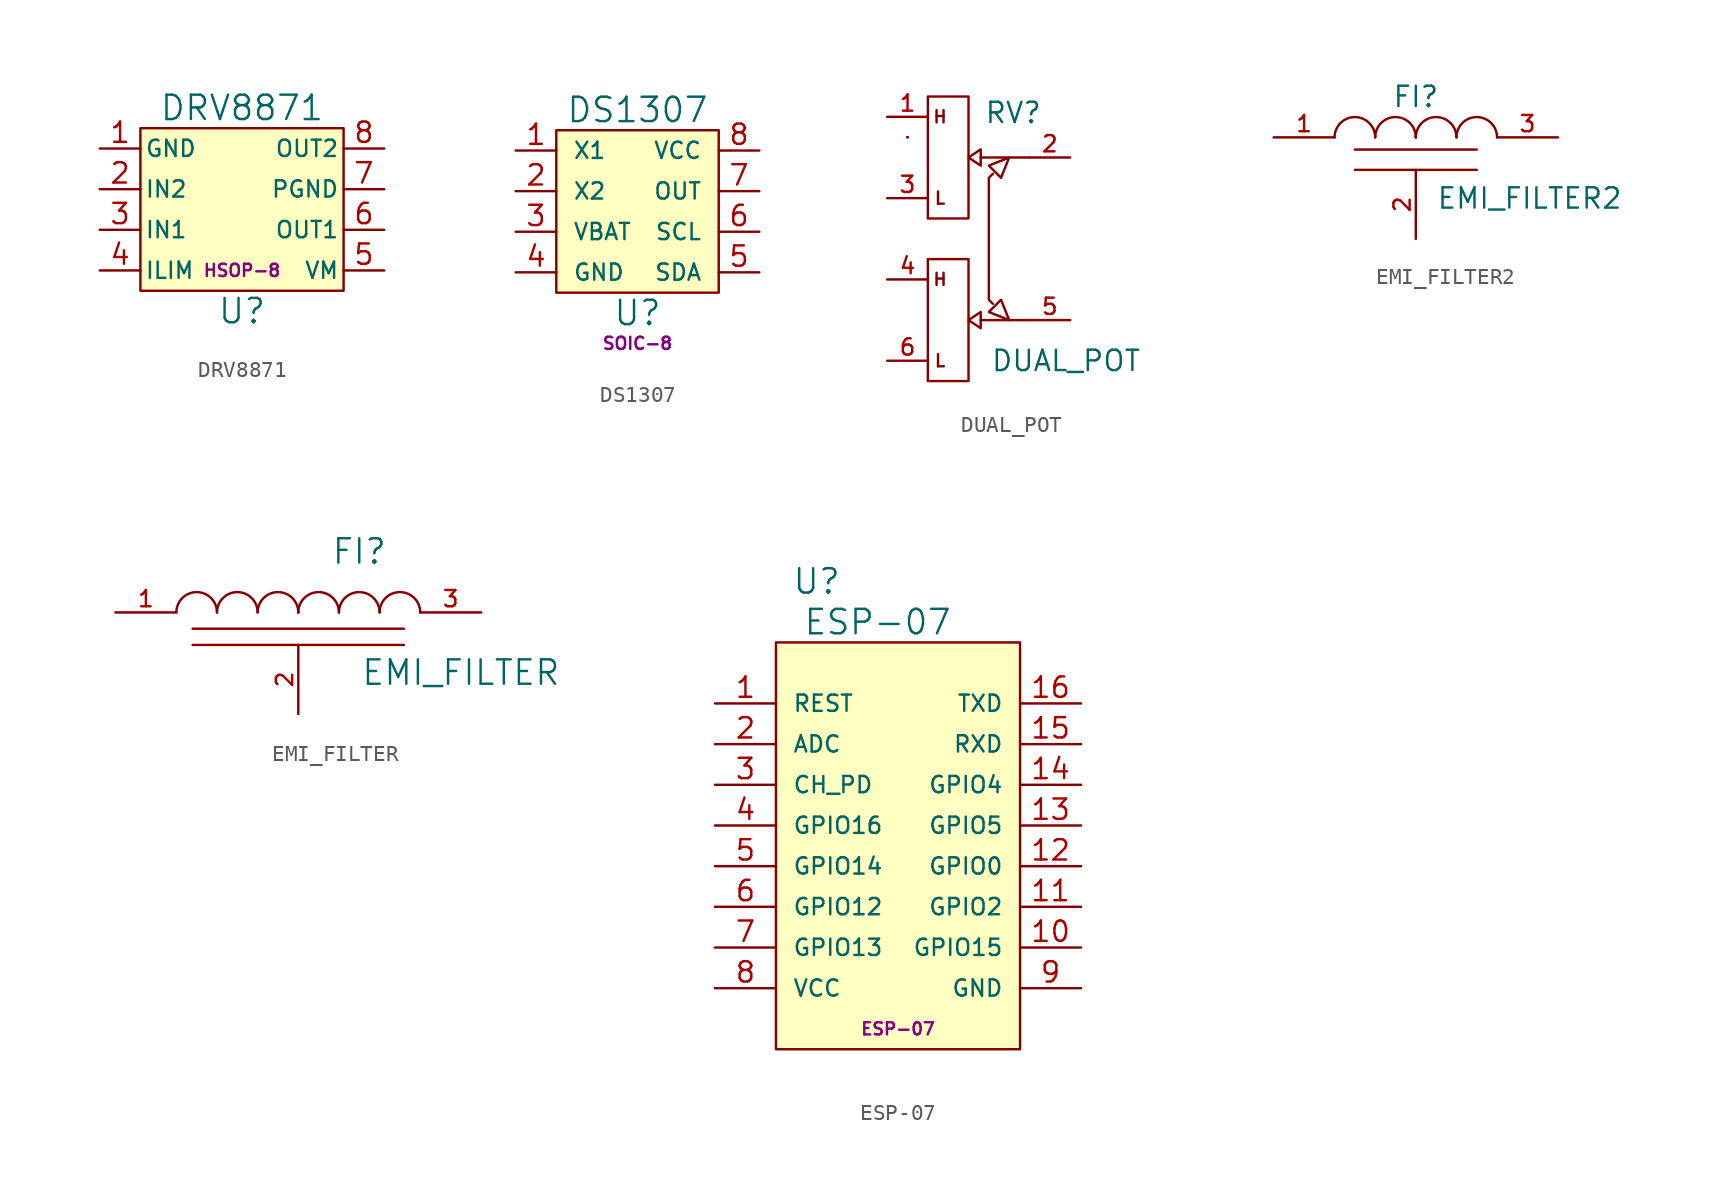
<source format=kicad_sym>
(kicad_symbol_lib
  (version 20220914)
  (generator kicad_symbol_editor)
  (symbol "DRV8871"
    (pin_names
      (offset 0.254))
    (property "Reference" "U"
      (at 0 -6.35 0)
      (effects (font (size 1.524 1.524))))
    (property "Value" "DRV8871"
      (at 0 6.35 0)
      (effects (font (size 1.524 1.524))))
    (property "Footprint" "HSOP-8"
      (at 0 -3.81 0)
      (effects (font (size 0.762 0.762))))
    (property "Datasheet" ""
      (at 0 0 0)
      (effects (font (size 1.524 1.524))))
    (symbol "DRV8871_0_1"
      (rectangle (start -6.35 5.08) (end 6.35 -5.08) (stroke (width 0) (type default)) (fill (type background))))
    (symbol "DRV8871_1_1"
      (pin bidirectional line (at -8.89 3.81 0) (length 2.54) (name "GND" (effects (font (size 1.016 1.016)))) (number "1" (effects (font (size 1.27 1.27)))))
      (pin bidirectional line (at -8.89 1.27 0) (length 2.54) (name "IN2" (effects (font (size 1.016 1.016)))) (number "2" (effects (font (size 1.27 1.27)))))
      (pin bidirectional line (at -8.89 -1.27 0) (length 2.54) (name "IN1" (effects (font (size 1.016 1.016)))) (number "3" (effects (font (size 1.27 1.27)))))
      (pin bidirectional line (at -8.89 -3.81 0) (length 2.54) (name "ILIM" (effects (font (size 1.016 1.016)))) (number "4" (effects (font (size 1.27 1.27)))))
      (pin bidirectional line (at 8.89 -3.81 180) (length 2.54) (name "VM" (effects (font (size 1.016 1.016)))) (number "5" (effects (font (size 1.27 1.27)))))
      (pin bidirectional line (at 8.89 -1.27 180) (length 2.54) (name "OUT1" (effects (font (size 1.016 1.016)))) (number "6" (effects (font (size 1.27 1.27)))))
      (pin bidirectional line (at 8.89 1.27 180) (length 2.54) (name "PGND" (effects (font (size 1.016 1.016)))) (number "7" (effects (font (size 1.27 1.27)))))
      (pin bidirectional line (at 8.89 3.81 180) (length 2.54) (name "OUT2" (effects (font (size 1.016 1.016)))) (number "8" (effects (font (size 1.27 1.27)))))))
  (symbol "DS1307"
    (pin_names
      (offset 1.016))
    (property "Reference" "U"
      (at 0 -6.35 0)
      (effects (font (size 1.524 1.524))))
    (property "Value" "DS1307"
      (at 0 6.35 0)
      (effects (font (size 1.524 1.524))))
    (property "Footprint" "SOIC-8"
      (at 0 -8.255 0)
      (effects (font (size 0.762 0.762))))
    (property "Datasheet" ""
      (at 0 0 0)
      (effects (font (size 1.524 1.524))))
    (symbol "DS1307_0_1"
      (rectangle (start -5.08 5.08) (end 5.08 -5.08) (stroke (width 0) (type default)) (fill (type background))))
    (symbol "DS1307_1_1"
      (pin bidirectional line (at -7.62 3.81 0) (length 2.54) (name "X1" (effects (font (size 1.016 1.016)))) (number "1" (effects (font (size 1.27 1.27)))))
      (pin bidirectional line (at -7.62 1.27 0) (length 2.54) (name "X2" (effects (font (size 1.016 1.016)))) (number "2" (effects (font (size 1.27 1.27)))))
      (pin bidirectional line (at -7.62 -1.27 0) (length 2.54) (name "VBAT" (effects (font (size 1.016 1.016)))) (number "3" (effects (font (size 1.27 1.27)))))
      (pin bidirectional line (at -7.62 -3.81 0) (length 2.54) (name "GND" (effects (font (size 1.016 1.016)))) (number "4" (effects (font (size 1.27 1.27)))))
      (pin bidirectional line (at 7.62 -3.81 180) (length 2.54) (name "SDA" (effects (font (size 1.016 1.016)))) (number "5" (effects (font (size 1.27 1.27)))))
      (pin bidirectional line (at 7.62 -1.27 180) (length 2.54) (name "SCL" (effects (font (size 1.016 1.016)))) (number "6" (effects (font (size 1.27 1.27)))))
      (pin bidirectional line (at 7.62 1.27 180) (length 2.54) (name "OUT" (effects (font (size 1.016 1.016)))) (number "7" (effects (font (size 1.27 1.27)))))
      (pin bidirectional line (at 7.62 3.81 180) (length 2.54) (name "VCC" (effects (font (size 1.016 1.016)))) (number "8" (effects (font (size 1.27 1.27)))))))
  (symbol "DUAL_POT"
    (pin_names
      (offset 1.016) hide)
    (property "Reference" "RV"
      (at 4.064 7.874 0)
      (effects (font (size 1.27 1.27))))
    (property "Value" "DUAL_POT"
      (at 7.366 -7.62 0)
      (effects (font (size 1.27 1.27))))
    (property "Footprint" ""
      (at 0 0 0)
      (effects (font (size 1.524 1.524))))
    (property "Datasheet" ""
      (at 0 0 0)
      (effects (font (size 1.524 1.524))))
    (symbol "DUAL_POT_0_0"
      (text "H" (at -0.508 -2.54 0) (effects (font (size 0.762 0.762))))
      (text "H" (at -0.508 7.62 0) (effects (font (size 0.762 0.762))))
      (text "L" (at -0.508 -7.62 0) (effects (font (size 0.762 0.762))))
      (text "L" (at -0.508 2.54 0) (effects (font (size 0.762 0.762)))))
    (symbol "DUAL_POT_0_1"
      (rectangle (start -2.54 6.35) (end -2.54 6.35) (stroke (width 0) (type default)) (fill (type none)))
      (rectangle (start -2.54 6.35) (end -2.54 6.35) (stroke (width 0) (type default)) (fill (type none)))
      (rectangle (start -2.54 6.35) (end -2.54 6.35) (stroke (width 0) (type default)) (fill (type none)))
      (rectangle (start -2.54 6.35) (end -2.54 6.35) (stroke (width 0) (type default)) (fill (type none)))
      (rectangle (start -1.27 -1.27) (end 1.27 -8.89) (stroke (width 0) (type default)) (fill (type none)))
      (rectangle (start -1.27 8.89) (end 1.27 1.27) (stroke (width 0) (type default)) (fill (type none)))
      (polyline (pts (xy 5.08 5.08) (xy 2.032 5.08) (xy 2.032 5.08) (xy 2.032 5.08)) (stroke (width 0) (type default)) (fill (type none)))
      (polyline (pts (xy 2.032 -5.588) (xy 2.032 -4.572) (xy 1.27 -5.08) (xy 2.032 -5.588) (xy 2.032 -5.588)) (stroke (width 0) (type default)) (fill (type none)))
      (polyline (pts (xy 3.81 -5.08) (xy 2.54 -4.572) (xy 3.302 -3.81) (xy 3.81 -5.08) (xy 3.81 -5.08)) (stroke (width 0) (type default)) (fill (type none)))
      (polyline (pts (xy 5.08 -5.08) (xy 2.032 -5.08) (xy 2.032 -5.08) (xy 2.032 -5.08) (xy 2.032 -5.08)) (stroke (width 0) (type default)) (fill (type none)))
      (polyline (pts (xy 2.032 4.572) (xy 2.032 5.588) (xy 1.27 5.08) (xy 2.032 4.572) (xy 2.032 4.572) (xy 2.032 4.572)) (stroke (width 0) (type default)) (fill (type none)))
      (polyline (pts (xy 2.794 4.064) (xy 2.54 3.81) (xy 2.54 -3.81) (xy 2.794 -4.064) (xy 2.794 -4.064) (xy 2.794 -4.064)) (stroke (width 0) (type default)) (fill (type none)))
      (polyline (pts (xy 3.81 5.08) (xy 2.54 4.572) (xy 3.302 3.81) (xy 3.81 5.08) (xy 3.81 5.08) (xy 3.81 5.08)) (stroke (width 0) (type default)) (fill (type none))))
    (symbol "DUAL_POT_1_1"
      (pin passive line (at -3.81 7.62 0) (length 2.54) (name "1" (effects (font (size 1.016 1.016)))) (number "1" (effects (font (size 1.016 1.016)))))
      (pin passive line (at 7.62 5.08 180) (length 2.54) (name "2" (effects (font (size 1.016 1.016)))) (number "2" (effects (font (size 1.016 1.016)))))
      (pin passive line (at -3.81 2.54 0) (length 2.54) (name "3" (effects (font (size 1.016 1.016)))) (number "3" (effects (font (size 1.016 1.016)))))
      (pin passive line (at -3.81 -2.54 0) (length 2.54) (name "~" (effects (font (size 1.016 1.016)))) (number "4" (effects (font (size 1.016 1.016)))))
      (pin passive line (at 7.62 -5.08 180) (length 2.54) (name "~" (effects (font (size 1.016 1.016)))) (number "5" (effects (font (size 1.016 1.016)))))
      (pin passive line (at -3.81 -7.62 0) (length 2.54) (name "~" (effects (font (size 1.016 1.016)))) (number "6" (effects (font (size 1.016 1.016)))))))
  (symbol "EMI_FILTER2"
    (pin_names
      (offset 1.016) hide)
    (property "Reference" "FI"
      (at 0 2.54 0)
      (effects (font (size 1.27 1.27))))
    (property "Value" "EMI_FILTER2"
      (at 1.27 -3.81 0)
      (effects (font (size 1.27 1.27)) (justify left)))
    (property "Footprint" ""
      (at 0 0 0)
      (effects (font (size 1.524 1.524))))
    (property "Datasheet" ""
      (at 0 0 0)
      (effects (font (size 1.524 1.524))))
    (symbol "EMI_FILTER2_0_1"
      (arc (start -2.54 0) (mid -3.81 1.2645) (end -5.08 0) (stroke (width 0) (type default)) (fill (type none)))
      (arc (start 0 0) (mid -1.27 1.2645) (end -2.54 0) (stroke (width 0) (type default)) (fill (type none)))
      (arc (start 0 0) (mid 0 0) (end 0 0) (stroke (width 0) (type default)) (fill (type none)))
      (polyline (pts (xy -3.81 -2.032) (xy 3.81 -2.032) (xy 3.81 -2.032) (xy 3.81 -2.032)) (stroke (width 0) (type default)) (fill (type none)))
      (polyline (pts (xy -3.81 -0.762) (xy 3.81 -0.762) (xy 3.81 -0.762) (xy 3.81 -0.762)) (stroke (width 0) (type default)) (fill (type none)))
      (arc (start 2.54 0) (mid 1.27 1.2645) (end 0 0) (stroke (width 0) (type default)) (fill (type none)))
      (arc (start 5.08 0) (mid 3.81 1.2645) (end 2.54 0) (stroke (width 0) (type default)) (fill (type none))))
    (symbol "EMI_FILTER2_1_1"
      (pin passive line (at -8.89 0 0) (length 3.81) (name "VI" (effects (font (size 1.016 1.016)))) (number "1" (effects (font (size 1.016 1.016)))))
      (pin passive line (at 0 -6.35 90) (length 4.318) (name "GND" (effects (font (size 1.016 1.016)))) (number "2" (effects (font (size 1.016 1.016)))))
      (pin passive line (at 8.89 0 180) (length 3.81) (name "VO" (effects (font (size 1.016 1.016)))) (number "3" (effects (font (size 1.016 1.016)))))))
  (symbol "EMI_FILTER"
    (pin_names
      (offset 1.016) hide)
    (property "Reference" "FI"
      (at 3.81 3.81 0)
      (effects (font (size 1.524 1.524))))
    (property "Value" "EMI_FILTER"
      (at 10.16 -3.759 0)
      (effects (font (size 1.524 1.524))))
    (property "Footprint" ""
      (at 0 0 0)
      (effects (font (size 1.524 1.524))))
    (property "Datasheet" ""
      (at 0 0 0)
      (effects (font (size 1.524 1.524))))
    (symbol "EMI_FILTER_0_1"
      (arc (start -5.08 0) (mid -6.35 1.2645) (end -7.62 0) (stroke (width 0) (type default)) (fill (type none)))
      (arc (start -2.54 0) (mid -3.81 1.2645) (end -5.08 0) (stroke (width 0) (type default)) (fill (type none)))
      (arc (start 0 0) (mid -1.27 1.2645) (end -2.54 0) (stroke (width 0) (type default)) (fill (type none)))
      (arc (start 0 0) (mid 0 0) (end 0 0) (stroke (width 0) (type default)) (fill (type none)))
      (polyline (pts (xy -6.604 -2.032) (xy 6.604 -2.032) (xy 6.604 -2.032)) (stroke (width 0) (type default)) (fill (type none)))
      (polyline (pts (xy -6.604 -1.016) (xy 6.604 -1.016) (xy 6.604 -1.016) (xy 6.604 -1.016) (xy 6.604 -1.016)) (stroke (width 0) (type default)) (fill (type none)))
      (arc (start 2.54 0) (mid 1.27 1.2645) (end 0 0) (stroke (width 0) (type default)) (fill (type none)))
      (arc (start 5.08 0) (mid 3.81 1.2645) (end 2.54 0) (stroke (width 0) (type default)) (fill (type none)))
      (arc (start 7.62 0) (mid 6.35 1.2645) (end 5.08 0) (stroke (width 0) (type default)) (fill (type none))))
    (symbol "EMI_FILTER_1_1"
      (pin passive line (at -11.43 0 0) (length 3.81) (name "VI" (effects (font (size 1.016 1.016)))) (number "1" (effects (font (size 1.016 1.016)))))
      (pin passive line (at 0 -6.35 90) (length 4.318) (name "GND" (effects (font (size 1.016 1.016)))) (number "2" (effects (font (size 1.016 1.016)))))
      (pin passive line (at 11.43 0 180) (length 3.81) (name "VO" (effects (font (size 1.016 1.016)))) (number "3" (effects (font (size 1.016 1.016)))))))
  (symbol "ESP-07"
    (pin_names
      (offset 1.016))
    (property "Reference" "U"
      (at -5.08 16.51 0)
      (effects (font (size 1.524 1.524))))
    (property "Value" "ESP-07"
      (at -1.27 13.97 0)
      (effects (font (size 1.524 1.524))))
    (property "Footprint" "ESP-07"
      (at 0 -11.43 0)
      (effects (font (size 0.762 0.762))))
    (property "Datasheet" ""
      (at 0 0 0)
      (effects (font (size 1.524 1.524))))
    (symbol "ESP-07_0_1"
      (rectangle (start -7.62 12.7) (end 7.62 -12.7) (stroke (width 0) (type default)) (fill (type background))))
    (symbol "ESP-07_1_1"
      (pin bidirectional line (at -11.43 8.89 0) (length 3.81) (name "REST" (effects (font (size 1.016 1.016)))) (number "1" (effects (font (size 1.27 1.27)))))
      (pin bidirectional line (at 11.43 -6.35 180) (length 3.81) (name "GPIO15" (effects (font (size 1.016 1.016)))) (number "10" (effects (font (size 1.27 1.27)))))
      (pin bidirectional line (at 11.43 -3.81 180) (length 3.81) (name "GPIO2" (effects (font (size 1.016 1.016)))) (number "11" (effects (font (size 1.27 1.27)))))
      (pin bidirectional line (at 11.43 -1.27 180) (length 3.81) (name "GPIO0" (effects (font (size 1.016 1.016)))) (number "12" (effects (font (size 1.27 1.27)))))
      (pin bidirectional line (at 11.43 1.27 180) (length 3.81) (name "GPIO5" (effects (font (size 1.016 1.016)))) (number "13" (effects (font (size 1.27 1.27)))))
      (pin bidirectional line (at 11.43 3.81 180) (length 3.81) (name "GPIO4" (effects (font (size 1.016 1.016)))) (number "14" (effects (font (size 1.27 1.27)))))
      (pin bidirectional line (at 11.43 6.35 180) (length 3.81) (name "RXD" (effects (font (size 1.016 1.016)))) (number "15" (effects (font (size 1.27 1.27)))))
      (pin bidirectional line (at 11.43 8.89 180) (length 3.81) (name "TXD" (effects (font (size 1.016 1.016)))) (number "16" (effects (font (size 1.27 1.27)))))
      (pin bidirectional line (at -11.43 6.35 0) (length 3.81) (name "ADC" (effects (font (size 1.016 1.016)))) (number "2" (effects (font (size 1.27 1.27)))))
      (pin bidirectional line (at -11.43 3.81 0) (length 3.81) (name "CH_PD" (effects (font (size 1.016 1.016)))) (number "3" (effects (font (size 1.27 1.27)))))
      (pin bidirectional line (at -11.43 1.27 0) (length 3.81) (name "GPIO16" (effects (font (size 1.016 1.016)))) (number "4" (effects (font (size 1.27 1.27)))))
      (pin bidirectional line (at -11.43 -1.27 0) (length 3.81) (name "GPIO14" (effects (font (size 1.016 1.016)))) (number "5" (effects (font (size 1.27 1.27)))))
      (pin bidirectional line (at -11.43 -3.81 0) (length 3.81) (name "GPIO12" (effects (font (size 1.016 1.016)))) (number "6" (effects (font (size 1.27 1.27)))))
      (pin bidirectional line (at -11.43 -6.35 0) (length 3.81) (name "GPIO13" (effects (font (size 1.016 1.016)))) (number "7" (effects (font (size 1.27 1.27)))))
      (pin bidirectional line (at -11.43 -8.89 0) (length 3.81) (name "VCC" (effects (font (size 1.016 1.016)))) (number "8" (effects (font (size 1.27 1.27)))))
      (pin bidirectional line (at 11.43 -8.89 180) (length 3.81) (name "GND" (effects (font (size 1.016 1.016)))) (number "9" (effects (font (size 1.27 1.27))))))))
</source>
